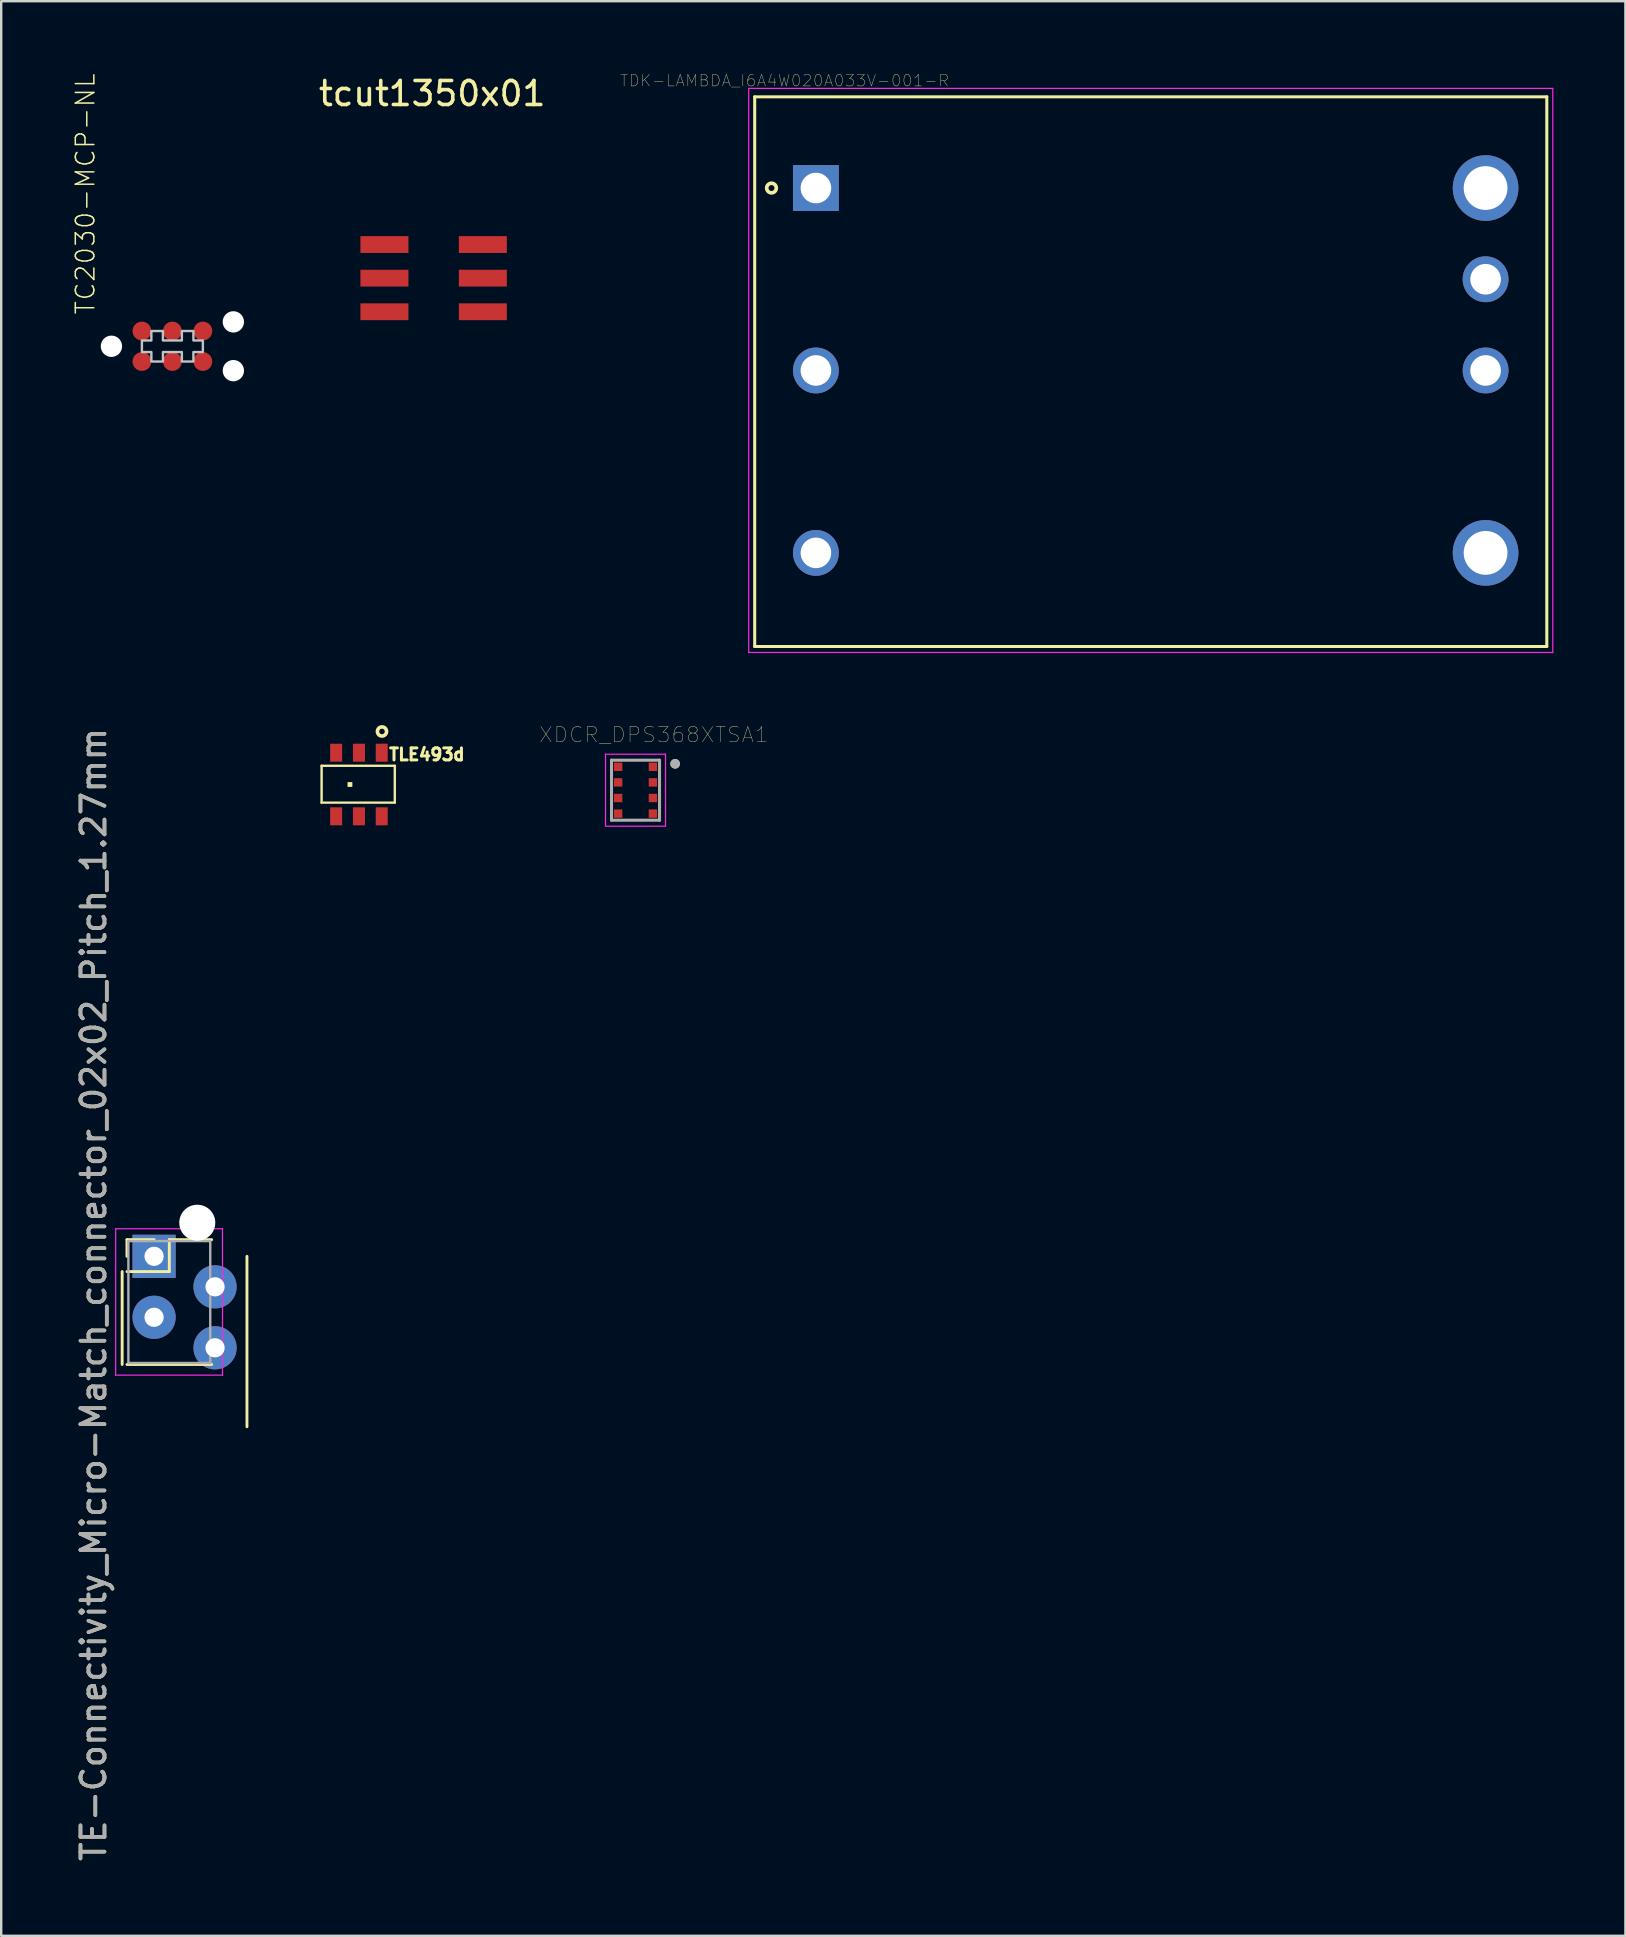
<source format=kicad_pcb>
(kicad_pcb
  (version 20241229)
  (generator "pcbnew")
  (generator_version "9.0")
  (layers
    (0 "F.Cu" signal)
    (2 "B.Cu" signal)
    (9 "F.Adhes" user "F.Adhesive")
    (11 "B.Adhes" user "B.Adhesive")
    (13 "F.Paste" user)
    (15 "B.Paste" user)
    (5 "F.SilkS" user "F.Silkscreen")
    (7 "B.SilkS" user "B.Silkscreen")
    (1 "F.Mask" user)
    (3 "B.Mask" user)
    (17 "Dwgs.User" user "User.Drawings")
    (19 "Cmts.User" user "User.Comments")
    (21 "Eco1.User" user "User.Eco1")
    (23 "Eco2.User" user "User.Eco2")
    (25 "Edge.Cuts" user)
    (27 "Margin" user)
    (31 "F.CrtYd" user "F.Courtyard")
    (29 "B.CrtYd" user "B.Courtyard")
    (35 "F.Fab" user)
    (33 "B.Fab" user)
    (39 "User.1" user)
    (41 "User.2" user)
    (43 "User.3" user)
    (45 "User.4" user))
  (footprint "tcut1350x01"
    (layer "F.Cu")
    (at 15.016 8.538)
    (property "Reference" "tcut1350x01" (at -0.06 -7.69 0) (layer "F.SilkS") (effects (font (size 1 1) (thickness 0.15))))
    (attr through_hole)
    (pad "1" smd rect (at -1.55 -1.4) (size 2 0.7) (drill (offset -0.5 0)) (layers "F.Cu" "F.Mask" "F.Paste"))
    (pad "2" smd rect (at -1.55 0) (size 2 0.7) (drill (offset -0.5 0)) (layers "F.Cu" "F.Mask" "F.Paste"))
    (pad "3" smd rect (at -1.55 1.4) (size 2 0.7) (drill (offset -0.5 0)) (layers "F.Cu" "F.Mask" "F.Paste"))
    (pad "4" smd rect (at 1.55 1.4) (size 2 0.7) (drill (offset 0.5 0)) (layers "F.Cu" "F.Mask" "F.Paste"))
    (pad "5" smd rect (at 1.55 0) (size 2 0.7) (drill (offset 0.5 0)) (layers "F.Cu" "F.Mask" "F.Paste"))
    (pad "6" smd rect (at 1.55 -1.4) (size 2 0.7) (drill (offset 0.5 0)) (layers "F.Cu" "F.Mask" "F.Paste")))
  (footprint "TDK-LAMBDA_I6A4W020A033V-001-R"
    (layer "F.Cu")
    (at 44.892 12.384)
    (property "Reference" "TDK-LAMBDA_I6A4W020A033V-001-R" (at -15.253 -12.076 0) (layer "F.SilkS") (effects (font (size 0.481 0.481) (thickness 0.015))))
    (attr through_hole)
    (fp_line (start -16.5 -11.4) (end 16.5 -11.4) (stroke (width 0.127) (type solid)) (layer "F.SilkS"))
    (fp_line (start -16.5 11.5) (end -16.5 -11.4) (stroke (width 0.127) (type solid)) (layer "F.SilkS"))
    (fp_line (start 16.5 -11.4) (end 16.5 11.5) (stroke (width 0.127) (type solid)) (layer "F.SilkS"))
    (fp_line (start 16.5 11.5) (end -16.5 11.5) (stroke (width 0.127) (type solid)) (layer "F.SilkS"))
    (fp_circle (center -15.8 -7.6) (end -15.6 -7.6) (stroke (width 0.152) (type solid)) (fill no) (layer "F.SilkS"))
    (fp_line (start -16.75 -11.75) (end 16.75 -11.75) (stroke (width 0.05) (type solid)) (layer "F.CrtYd"))
    (fp_line (start -16.75 11.75) (end -16.75 -11.75) (stroke (width 0.05) (type solid)) (layer "F.CrtYd"))
    (fp_line (start 16.75 -11.75) (end 16.75 11.75) (stroke (width 0.05) (type solid)) (layer "F.CrtYd"))
    (fp_line (start 16.75 11.75) (end -16.75 11.75) (stroke (width 0.05) (type solid)) (layer "F.CrtYd"))
    (pad "1" thru_hole rect (at -13.95 -7.6) (size 1.911 1.911) (drill 1.274) (layers "*.Cu" "*.Mask"))
    (pad "2" thru_hole circle (at -13.95 0) (size 1.911 1.911) (drill 1.274) (layers "*.Cu" "*.Mask"))
    (pad "3" thru_hole circle (at -13.95 7.6) (size 1.911 1.911) (drill 1.274) (layers "*.Cu" "*.Mask"))
    (pad "4" thru_hole circle (at 13.95 7.6) (size 2.736 2.736) (drill 1.824) (layers "*.Cu" "*.Mask"))
    (pad "6" thru_hole circle (at 13.95 0) (size 1.911 1.911) (drill 1.274) (layers "*.Cu" "*.Mask"))
    (pad "7" thru_hole circle (at 13.95 -3.8) (size 1.911 1.911) (drill 1.274) (layers "*.Cu" "*.Mask"))
    (pad "8" thru_hole circle (at 13.95 -7.6) (size 2.736 2.736) (drill 1.824) (layers "*.Cu" "*.Mask")))
  (footprint "TE-Connectivity_Micro-Match_connector_02x02_Pitch_1.27mm"
    (layer "F.Cu")
    (at 3.369 49.291)
    (property "Reference" "TE-Connectivity_Micro-Match_connector_02x02_Pitch_1.27mm" (at -2.521 1.587 90) (layer "F.SilkS") (effects (font (size 1 1) (thickness 0.15))))
    (attr through_hole)
    (fp_line (start -1.33 0.635) (end -1.33 4.505) (stroke (width 0.12) (type solid)) (layer "F.SilkS"))
    (fp_line (start -1.13 -0.695) (end 0 -0.695) (stroke (width 0.12) (type solid)) (layer "F.SilkS"))
    (fp_line (start -1.13 0) (end -1.13 -0.695) (stroke (width 0.12) (type solid)) (layer "F.SilkS"))
    (fp_line (start -1.13 4.505) (end 2.4 4.505) (stroke (width 0.12) (type solid)) (layer "F.SilkS"))
    (fp_line (start 0.635 -0.695) (end 0.635 0.635) (stroke (width 0.12) (type solid)) (layer "F.SilkS"))
    (fp_line (start 0.635 0.635) (end -1.13 0.635) (stroke (width 0.12) (type solid)) (layer "F.SilkS"))
    (fp_line (start 2.4 -0.695) (end 0.635 -0.695) (stroke (width 0.12) (type solid)) (layer "F.SilkS"))
    (fp_line (start 3.87 0) (end 3.87 7.1) (stroke (width 0.12) (type solid)) (layer "F.SilkS"))
    (fp_line (start -1.6 -1.15) (end -1.6 4.95) (stroke (width 0.05) (type solid)) (layer "F.CrtYd"))
    (fp_line (start -1.6 4.95) (end 2.85 4.95) (stroke (width 0.05) (type solid)) (layer "F.CrtYd"))
    (fp_line (start 2.85 -1.15) (end -1.6 -1.15) (stroke (width 0.05) (type solid)) (layer "F.CrtYd"))
    (fp_line (start 2.85 4.95) (end 2.85 -1.15) (stroke (width 0.05) (type solid)) (layer "F.CrtYd"))
    (fp_line (start -1.07 -0.635) (end -1.07 4.445) (stroke (width 0.1) (type solid)) (layer "F.Fab"))
    (fp_line (start -1.07 4.445) (end 2.34 4.445) (stroke (width 0.1) (type solid)) (layer "F.Fab"))
    (fp_line (start 2.34 -0.635) (end -1.07 -0.635) (stroke (width 0.1) (type solid)) (layer "F.Fab"))
    (fp_line (start 2.34 4.445) (end 2.34 -0.635) (stroke (width 0.1) (type solid)) (layer "F.Fab"))
    (fp_text user "${REFERENCE}" (at -2.521 1.587 90) (layer "F.Fab") (effects (font (size 1 1) (thickness 0.15))))
    (pad "" np_thru_hole circle (at 1.8 -1.4) (size 1.5 1.5) (drill 1.5) (layers "*.Cu" "*.Mask"))
    (pad "1" thru_hole rect (at 0 0) (size 1.8 1.8) (drill 0.8) (layers "*.Cu" "*.Mask"))
    (pad "2" thru_hole circle (at 2.54 1.27) (size 1.8 1.8) (drill 0.8) (layers "*.Cu" "*.Mask"))
    (pad "3" thru_hole circle (at 0 2.54) (size 1.8 1.8) (drill 0.8) (layers "*.Cu" "*.Mask"))
    (pad "4" thru_hole circle (at 2.54 3.81) (size 1.8 1.8) (drill 0.8) (layers "*.Cu" "*.Mask")))
  (footprint "TC2030-MCP-NL"
    (layer "F.Cu")
    (at 1.592 11.376)
    (property "Reference" "TC2030-MCP-NL" (at -0.635 -1.27 90) (layer "F.SilkS") (effects (font (size 0.772 0.772) (thickness 0.062)) (justify left bottom)))
    (attr through_hole)
    (fp_poly (pts (xy 1.27 0.241) (xy 1.664 0.241) (xy 1.664 0.635) (xy 2.146 0.635) (xy 2.146 0.241) (xy 2.934 0.241) (xy 2.934 0.635) (xy 3.416 0.635) (xy 3.416 0.241) (xy 3.81 0.241) (xy 3.81 -0.241) (xy 3.416 -0.241) (xy 3.416 -0.635) (xy 2.934 -0.635) (xy 2.934 -0.241) (xy 2.146 -0.241) (xy 2.146 -0.635) (xy 1.664 -0.635) (xy 1.664 -0.241) (xy 1.27 -0.241)) (stroke (width 0.1) (type solid)) (fill no) (layer "Dwgs.User"))
    (pad "" np_thru_hole circle (at 0 0) (size 0.889 0.889) (drill 0.889) (layers "*.Cu" "*.Mask"))
    (pad "" np_thru_hole circle (at 5.08 -1.016) (size 0.889 0.889) (drill 0.889) (layers "*.Cu" "*.Mask"))
    (pad "" np_thru_hole circle (at 5.08 1.016) (size 0.889 0.889) (drill 0.889) (layers "*.Cu" "*.Mask"))
    (pad "1" smd roundrect (at 1.27 0.635) (size 0.787 0.787) (layers "F.Cu" "F.Mask") (roundrect_rratio 0.5))
    (pad "2" smd roundrect (at 1.27 -0.635) (size 0.787 0.787) (layers "F.Cu" "F.Mask") (roundrect_rratio 0.5))
    (pad "3" smd roundrect (at 2.54 0.635) (size 0.787 0.787) (layers "F.Cu" "F.Mask") (roundrect_rratio 0.5))
    (pad "4" smd roundrect (at 2.54 -0.635) (size 0.787 0.787) (layers "F.Cu" "F.Mask") (roundrect_rratio 0.5))
    (pad "5" smd roundrect (at 3.81 0.635) (size 0.787 0.787) (layers "F.Cu" "F.Mask") (roundrect_rratio 0.5))
    (pad "6" smd roundrect (at 3.81 -0.635) (size 0.787 0.787) (layers "F.Cu" "F.Mask") (roundrect_rratio 0.5)))
  (footprint "XDCR_DPS368XTSA1"
    (layer "F.Cu")
    (at 23.427 29.871)
    (property "Reference" "XDCR_DPS368XTSA1" (at 0.762 -2.311 0) (layer "F.SilkS") (effects (font (size 0.64 0.64) (thickness 0.015))))
    (attr through_hole)
    (fp_circle (center 1.65 -1.1) (end 1.75 -1.1) (stroke (width 0.2) (type solid)) (fill no) (layer "F.SilkS"))
    (fp_circle (center -0.725 -0.975) (end -0.637 -0.975) (stroke (width 0.175) (type solid)) (fill no) (layer "F.Paste"))
    (fp_circle (center -0.725 -0.325) (end -0.637 -0.325) (stroke (width 0.175) (type solid)) (fill no) (layer "F.Paste"))
    (fp_circle (center -0.725 0.325) (end -0.637 0.325) (stroke (width 0.175) (type solid)) (fill no) (layer "F.Paste"))
    (fp_circle (center -0.725 0.975) (end -0.637 0.975) (stroke (width 0.175) (type solid)) (fill no) (layer "F.Paste"))
    (fp_circle (center 0.725 -0.975) (end 0.812 -0.975) (stroke (width 0.175) (type solid)) (fill no) (layer "F.Paste"))
    (fp_circle (center 0.725 -0.325) (end 0.812 -0.325) (stroke (width 0.175) (type solid)) (fill no) (layer "F.Paste"))
    (fp_circle (center 0.725 0.325) (end 0.812 0.325) (stroke (width 0.175) (type solid)) (fill no) (layer "F.Paste"))
    (fp_circle (center 0.725 0.975) (end 0.812 0.975) (stroke (width 0.175) (type solid)) (fill no) (layer "F.Paste"))
    (fp_line (start -1.25 -1.5) (end 1.25 -1.5) (stroke (width 0.05) (type solid)) (layer "F.CrtYd"))
    (fp_line (start -1.25 1.5) (end -1.25 -1.5) (stroke (width 0.05) (type solid)) (layer "F.CrtYd"))
    (fp_line (start 1.25 -1.5) (end 1.25 1.5) (stroke (width 0.05) (type solid)) (layer "F.CrtYd"))
    (fp_line (start 1.25 1.5) (end -1.25 1.5) (stroke (width 0.05) (type solid)) (layer "F.CrtYd"))
    (fp_line (start -1 -1.25) (end 1 -1.25) (stroke (width 0.127) (type solid)) (layer "F.Fab"))
    (fp_line (start -1 1.25) (end -1 -1.25) (stroke (width 0.127) (type solid)) (layer "F.Fab"))
    (fp_line (start 1 -1.25) (end 1 1.25) (stroke (width 0.127) (type solid)) (layer "F.Fab"))
    (fp_line (start 1 1.25) (end -1 1.25) (stroke (width 0.127) (type solid)) (layer "F.Fab"))
    (fp_circle (center 1.65 -1.1) (end 1.75 -1.1) (stroke (width 0.2) (type solid)) (fill no) (layer "F.Fab"))
    (pad "1" smd rect (at 0.725 -0.975) (size 0.35 0.35) (layers "F.Cu" "F.Mask"))
    (pad "2" smd rect (at 0.725 -0.325) (size 0.35 0.35) (layers "F.Cu" "F.Mask"))
    (pad "3" smd rect (at 0.725 0.325) (size 0.35 0.35) (layers "F.Cu" "F.Mask"))
    (pad "4" smd rect (at 0.725 0.975) (size 0.35 0.35) (layers "F.Cu" "F.Mask"))
    (pad "5" smd rect (at -0.725 0.975) (size 0.35 0.35) (layers "F.Cu" "F.Mask"))
    (pad "6" smd rect (at -0.725 0.325) (size 0.35 0.35) (layers "F.Cu" "F.Mask"))
    (pad "7" smd rect (at -0.725 -0.325) (size 0.35 0.35) (layers "F.Cu" "F.Mask"))
    (pad "8" smd rect (at -0.725 -0.975) (size 0.35 0.35) (layers "F.Cu" "F.Mask")))
  (footprint "TLE493d"
    (layer "F.Cu")
    (at 11.534 29.634)
    (property "Reference" "TLE493d" (at 3.2 -1.25 180) (layer "F.SilkS") (effects (font (size 0.5 0.5) (thickness 0.125))))
    (attr through_hole)
    (fp_line (start -1.185 -0.78) (end 1.865 -0.78) (stroke (width 0.1) (type solid)) (layer "F.SilkS"))
    (fp_line (start -1.185 0.755) (end -1.185 -0.78) (stroke (width 0.1) (type solid)) (layer "F.SilkS"))
    (fp_line (start -1.185 0.755) (end 1.865 0.755) (stroke (width 0.1) (type solid)) (layer "F.SilkS"))
    (fp_line (start 1.865 0.755) (end 1.865 -0.78) (stroke (width 0.1) (type solid)) (layer "F.SilkS"))
    (fp_circle (center 1.33 -2.21) (end 1.52 -2.2) (stroke (width 0.15) (type solid)) (fill no) (layer "F.SilkS"))
    (fp_line (start -1.155 -0.75) (end 1.895 -0.75) (stroke (width 0.01) (type solid)) (layer "F.Fab"))
    (fp_line (start -1.155 0.785) (end -1.155 -0.75) (stroke (width 0.01) (type solid)) (layer "F.Fab"))
    (fp_line (start -1.155 0.785) (end 1.895 0.785) (stroke (width 0.01) (type solid)) (layer "F.Fab"))
    (fp_line (start 1.895 0.785) (end 1.895 -0.75) (stroke (width 0.01) (type solid)) (layer "F.Fab"))
    (pad "" connect rect (at -0.005 0) (size 0.2 0.2) (layers "F.SilkS"))
    (pad "1" smd rect (at 1.32 -1.325) (size 0.5 0.75) (layers "F.Cu" "F.Mask" "F.Paste"))
    (pad "2" smd rect (at 0.37 -1.325) (size 0.5 0.75) (layers "F.Cu" "F.Mask" "F.Paste"))
    (pad "3" smd rect (at -0.58 -1.325) (size 0.5 0.75) (layers "F.Cu" "F.Mask" "F.Paste"))
    (pad "4" smd rect (at -0.58 1.325) (size 0.5 0.75) (layers "F.Cu" "F.Mask" "F.Paste"))
    (pad "5" smd rect (at 0.37 1.325) (size 0.5 0.75) (layers "F.Cu" "F.Mask" "F.Paste"))
    (pad "6" smd rect (at 1.32 1.325) (size 0.5 0.75) (layers "F.Cu" "F.Mask" "F.Paste")))
  (gr_rect
    (start -3 -3)
    (end 64.667 77.599)
    (stroke (width 0.1) (type default))
    (fill no)
    (layer "Edge.Cuts")))
</source>
